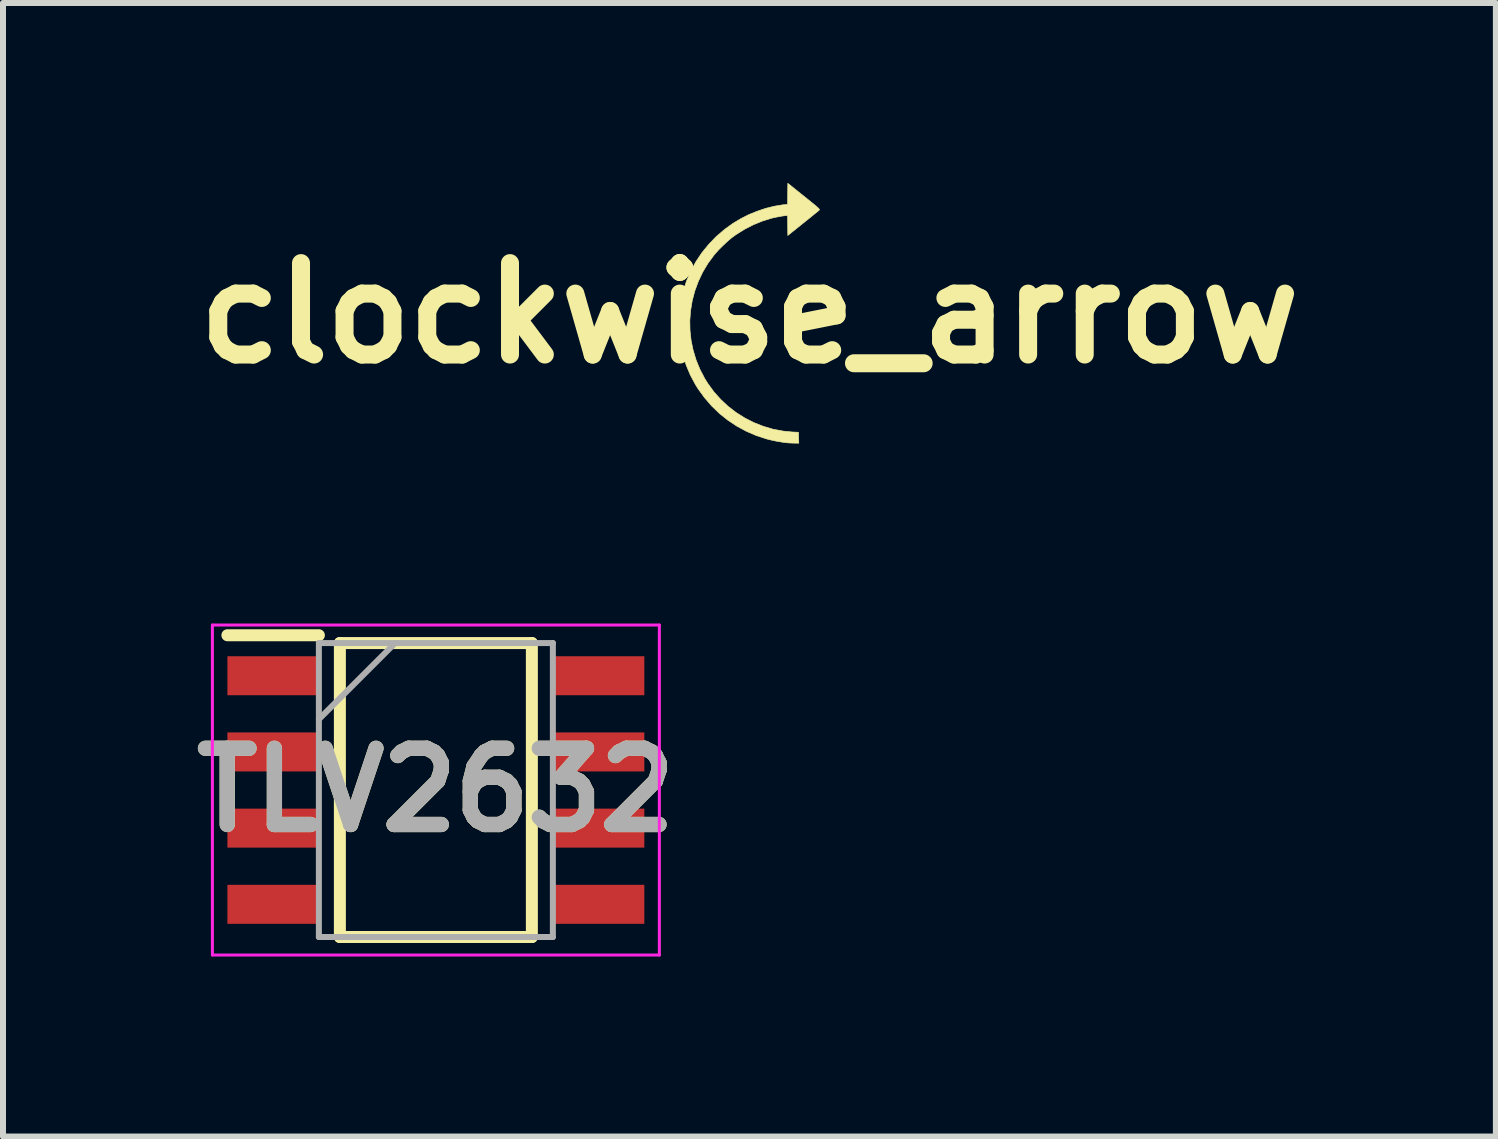
<source format=kicad_pcb>
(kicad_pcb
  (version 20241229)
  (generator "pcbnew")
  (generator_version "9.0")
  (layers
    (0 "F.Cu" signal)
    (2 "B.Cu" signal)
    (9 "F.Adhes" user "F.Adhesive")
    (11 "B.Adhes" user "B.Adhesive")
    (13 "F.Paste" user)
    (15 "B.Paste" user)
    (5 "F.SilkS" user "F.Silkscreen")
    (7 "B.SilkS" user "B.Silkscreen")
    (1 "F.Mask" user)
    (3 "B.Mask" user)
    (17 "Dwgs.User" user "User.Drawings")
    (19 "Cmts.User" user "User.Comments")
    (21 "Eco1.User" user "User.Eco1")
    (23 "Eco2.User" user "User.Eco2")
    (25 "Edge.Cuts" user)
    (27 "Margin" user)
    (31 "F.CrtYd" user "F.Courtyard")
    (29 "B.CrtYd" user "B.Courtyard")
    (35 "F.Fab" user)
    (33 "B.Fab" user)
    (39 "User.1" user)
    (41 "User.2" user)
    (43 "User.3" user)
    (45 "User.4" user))
  (footprint "clockwise_arrow"
    (layer "F.Cu")
    (at 9.442 2.17)
    (property "Reference" "clockwise_arrow" (at 0 0 0) (layer "F.SilkS") (effects (font (size 1.524 1.524) (thickness 0.3))))
    (attr through_hole)
    (fp_poly (pts (xy 0.908 -1.949) (xy 0.975 -1.895) (xy 1.03 -1.851) (xy 1.073 -1.816) (xy 1.107 -1.788) (xy 1.132 -1.766) (xy 1.149 -1.75) (xy 1.16 -1.738) (xy 1.165 -1.73) (xy 1.166 -1.724) (xy 1.165 -1.72) (xy 1.162 -1.718) (xy 1.153 -1.709) (xy 1.131 -1.691) (xy 1.099 -1.665) (xy 1.059 -1.633) (xy 1.012 -1.594) (xy 0.959 -1.552) (xy 0.902 -1.506) (xy 0.893 -1.499) (xy 0.639 -1.295) (xy 0.637 -1.46) (xy 0.635 -1.626) (xy 0.611 -1.626) (xy 0.585 -1.624) (xy 0.548 -1.619) (xy 0.503 -1.611) (xy 0.454 -1.602) (xy 0.406 -1.592) (xy 0.368 -1.583) (xy 0.217 -1.536) (xy 0.067 -1.475) (xy -0.078 -1.401) (xy -0.215 -1.316) (xy -0.281 -1.269) (xy -0.332 -1.228) (xy -0.388 -1.178) (xy -0.447 -1.122) (xy -0.504 -1.066) (xy -0.554 -1.011) (xy -0.59 -0.969) (xy -0.693 -0.829) (xy -0.781 -0.682) (xy -0.853 -0.529) (xy -0.911 -0.371) (xy -0.954 -0.209) (xy -0.981 -0.045) (xy -0.994 0.121) (xy -0.991 0.287) (xy -0.973 0.453) (xy -0.939 0.617) (xy -0.89 0.779) (xy -0.826 0.936) (xy -0.746 1.089) (xy -0.694 1.172) (xy -0.593 1.311) (xy -0.479 1.438) (xy -0.355 1.554) (xy -0.221 1.657) (xy -0.078 1.747) (xy 0.073 1.824) (xy 0.231 1.886) (xy 0.393 1.934) (xy 0.56 1.965) (xy 0.711 1.98) (xy 0.817 1.985) (xy 0.822 2.167) (xy 0.747 2.166) (xy 0.708 2.165) (xy 0.67 2.163) (xy 0.64 2.162) (xy 0.635 2.161) (xy 0.581 2.155) (xy 0.517 2.145) (xy 0.446 2.133) (xy 0.376 2.118) (xy 0.31 2.102) (xy 0.286 2.096) (xy 0.113 2.04) (xy -0.053 1.968) (xy -0.212 1.882) (xy -0.361 1.783) (xy -0.502 1.67) (xy -0.632 1.544) (xy -0.751 1.406) (xy -0.858 1.258) (xy -0.898 1.194) (xy -0.984 1.035) (xy -1.054 0.869) (xy -1.109 0.698) (xy -1.148 0.521) (xy -1.17 0.34) (xy -1.177 0.174) (xy -1.169 -0.012) (xy -1.144 -0.193) (xy -1.104 -0.368) (xy -1.049 -0.538) (xy -0.978 -0.702) (xy -0.893 -0.858) (xy -0.794 -1.006) (xy -0.68 -1.146) (xy -0.554 -1.277) (xy -0.414 -1.397) (xy -0.278 -1.495) (xy -0.152 -1.571) (xy -0.017 -1.64) (xy 0.125 -1.698) (xy 0.27 -1.747) (xy 0.415 -1.783) (xy 0.555 -1.806) (xy 0.578 -1.808) (xy 0.635 -1.814) (xy 0.639 -2.165) (xy 0.908 -1.949)) (stroke (width 0.01) (type solid)) (fill yes) (layer "F.SilkS")))
  (footprint "TLV2632"
    (layer "F.Cu")
    (at 4.215 10.118)
    (property "Reference" "TLV2632" (at 0 0 0) (layer "F.SilkS") (effects (font (size 1.27 1.27) (thickness 0.254))))
    (attr smd)
    (fp_line (start -3.475 -2.58) (end -1.95 -2.58) (stroke (width 0.2) (type solid)) (layer "F.SilkS"))
    (fp_line (start -1.6 -2.45) (end 1.6 -2.45) (stroke (width 0.2) (type solid)) (layer "F.SilkS"))
    (fp_line (start -1.6 2.45) (end -1.6 -2.45) (stroke (width 0.2) (type solid)) (layer "F.SilkS"))
    (fp_line (start 1.6 -2.45) (end 1.6 2.45) (stroke (width 0.2) (type solid)) (layer "F.SilkS"))
    (fp_line (start 1.6 2.45) (end -1.6 2.45) (stroke (width 0.2) (type solid)) (layer "F.SilkS"))
    (fp_line (start -3.725 -2.75) (end 3.725 -2.75) (stroke (width 0.05) (type solid)) (layer "F.CrtYd"))
    (fp_line (start -3.725 2.75) (end -3.725 -2.75) (stroke (width 0.05) (type solid)) (layer "F.CrtYd"))
    (fp_line (start 3.725 -2.75) (end 3.725 2.75) (stroke (width 0.05) (type solid)) (layer "F.CrtYd"))
    (fp_line (start 3.725 2.75) (end -3.725 2.75) (stroke (width 0.05) (type solid)) (layer "F.CrtYd"))
    (fp_line (start -1.95 -2.45) (end 1.95 -2.45) (stroke (width 0.1) (type solid)) (layer "F.Fab"))
    (fp_line (start -1.95 -1.18) (end -0.68 -2.45) (stroke (width 0.1) (type solid)) (layer "F.Fab"))
    (fp_line (start -1.95 2.45) (end -1.95 -2.45) (stroke (width 0.1) (type solid)) (layer "F.Fab"))
    (fp_line (start 1.95 -2.45) (end 1.95 2.45) (stroke (width 0.1) (type solid)) (layer "F.Fab"))
    (fp_line (start 1.95 2.45) (end -1.95 2.45) (stroke (width 0.1) (type solid)) (layer "F.Fab"))
    (fp_text user "${REFERENCE}" (at 0 0 0) (layer "F.Fab") (effects (font (size 1.27 1.27) (thickness 0.254))))
    (pad "1" smd rect (at -2.712 -1.905 90) (size 0.65 1.525) (layers "F.Cu" "F.Mask" "F.Paste"))
    (pad "2" smd rect (at -2.712 -0.635 90) (size 0.65 1.525) (layers "F.Cu" "F.Mask" "F.Paste"))
    (pad "3" smd rect (at -2.712 0.635 90) (size 0.65 1.525) (layers "F.Cu" "F.Mask" "F.Paste"))
    (pad "4" smd rect (at -2.712 1.905 90) (size 0.65 1.525) (layers "F.Cu" "F.Mask" "F.Paste"))
    (pad "5" smd rect (at 2.712 1.905 90) (size 0.65 1.525) (layers "F.Cu" "F.Mask" "F.Paste"))
    (pad "6" smd rect (at 2.712 0.635 90) (size 0.65 1.525) (layers "F.Cu" "F.Mask" "F.Paste"))
    (pad "7" smd rect (at 2.712 -0.635 90) (size 0.65 1.525) (layers "F.Cu" "F.Mask" "F.Paste"))
    (pad "8" smd rect (at 2.712 -1.905 90) (size 0.65 1.525) (layers "F.Cu" "F.Mask" "F.Paste")))
  (gr_rect
    (start -3 -3)
    (end 21.883 15.893)
    (stroke (width 0.1) (type default))
    (fill no)
    (layer "Edge.Cuts")))
</source>
